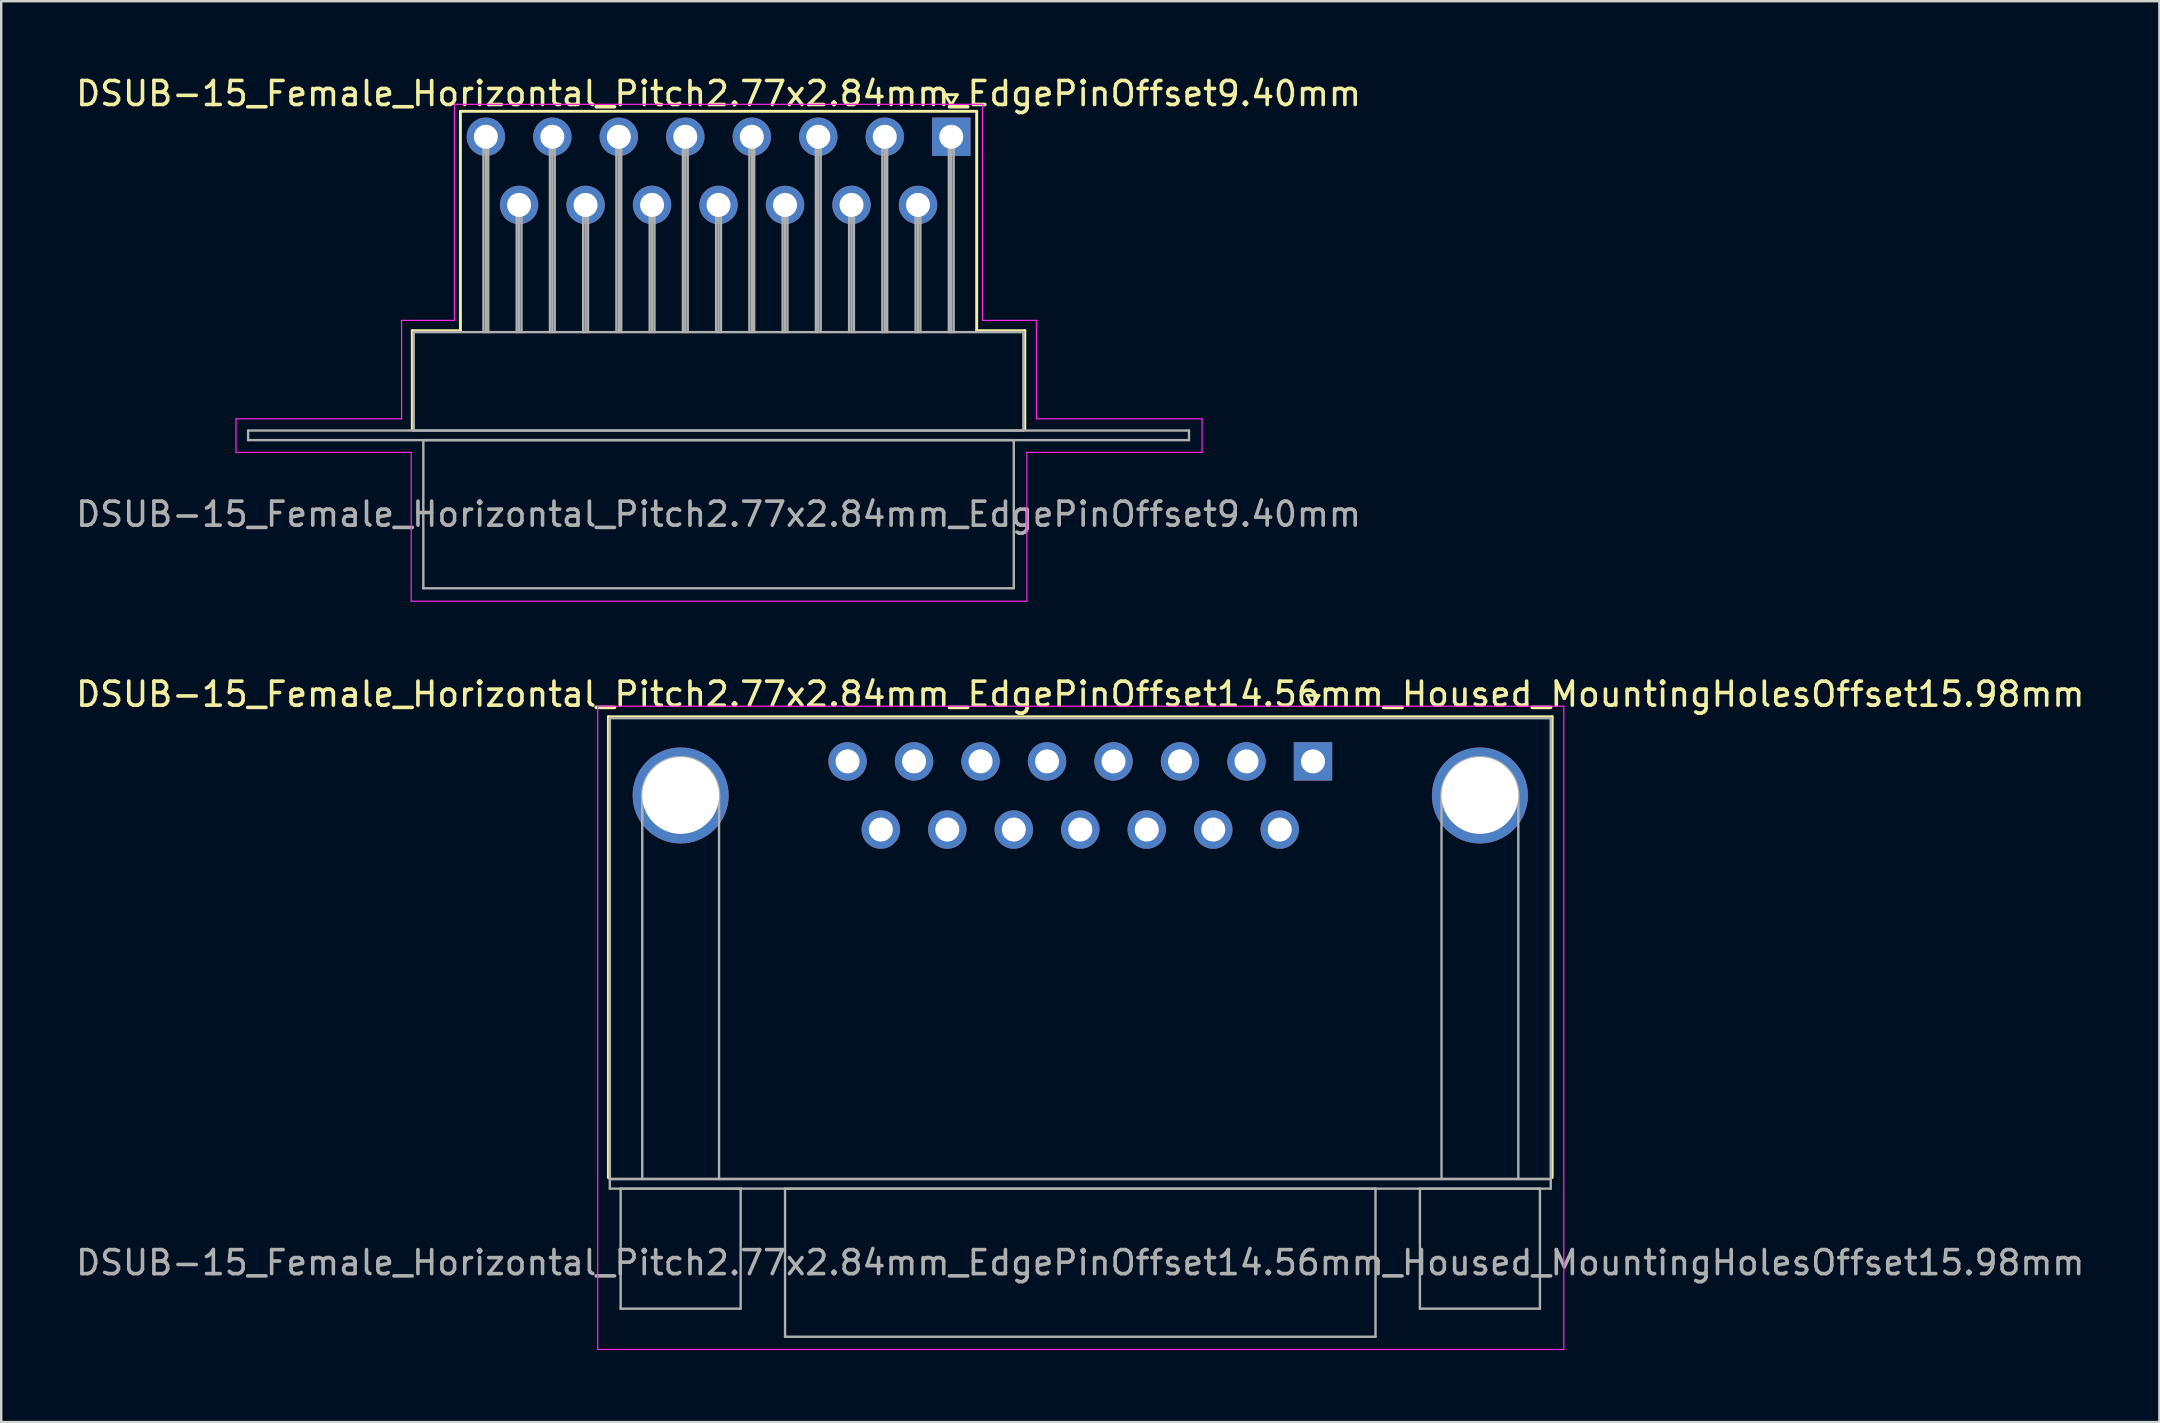
<source format=kicad_pcb>
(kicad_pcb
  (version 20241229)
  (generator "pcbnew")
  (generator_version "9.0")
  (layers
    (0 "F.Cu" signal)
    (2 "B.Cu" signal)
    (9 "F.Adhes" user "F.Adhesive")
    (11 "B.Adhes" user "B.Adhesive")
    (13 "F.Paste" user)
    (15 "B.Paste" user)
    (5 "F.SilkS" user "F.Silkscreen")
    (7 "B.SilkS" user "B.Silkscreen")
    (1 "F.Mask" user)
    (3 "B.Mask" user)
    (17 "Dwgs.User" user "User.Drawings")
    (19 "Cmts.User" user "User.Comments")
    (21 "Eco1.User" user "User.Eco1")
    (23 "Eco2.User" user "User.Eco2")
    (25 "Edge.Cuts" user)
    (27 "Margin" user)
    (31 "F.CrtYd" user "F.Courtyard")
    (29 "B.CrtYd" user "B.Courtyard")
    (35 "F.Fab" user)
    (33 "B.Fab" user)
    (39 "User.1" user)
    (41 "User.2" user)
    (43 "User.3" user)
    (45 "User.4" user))
  (footprint "DSUB-15_Female_Horizontal_Pitch2.77x2.84mm_EdgePinOffset9.40mm"
    (layer "F.Cu")
    (at 36.582 2.648)
    (property "Reference" "DSUB-15_Female_Horizontal_Pitch2.77x2.84mm_EdgePinOffset9.40mm" (at -9.695 -1.8 0) (layer "F.SilkS") (effects (font (size 1 1) (thickness 0.15))))
    (attr through_hole)
    (fp_line (start -22.455 8.08) (end -20.45 8.08) (stroke (width 0.12) (type solid)) (layer "F.SilkS"))
    (fp_line (start -22.455 12.18) (end -22.455 8.08) (stroke (width 0.12) (type solid)) (layer "F.SilkS"))
    (fp_line (start -20.45 -1.06) (end 1.06 -1.06) (stroke (width 0.12) (type solid)) (layer "F.SilkS"))
    (fp_line (start -20.45 8.08) (end -20.45 -1.06) (stroke (width 0.12) (type solid)) (layer "F.SilkS"))
    (fp_line (start -0.25 -1.754) (end 0.25 -1.754) (stroke (width 0.12) (type solid)) (layer "F.SilkS"))
    (fp_line (start 0 -1.321) (end -0.25 -1.754) (stroke (width 0.12) (type solid)) (layer "F.SilkS"))
    (fp_line (start 0.25 -1.754) (end 0 -1.321) (stroke (width 0.12) (type solid)) (layer "F.SilkS"))
    (fp_line (start 1.06 -1.06) (end 1.06 8.08) (stroke (width 0.12) (type solid)) (layer "F.SilkS"))
    (fp_line (start 1.06 8.08) (end 3.065 8.08) (stroke (width 0.12) (type solid)) (layer "F.SilkS"))
    (fp_line (start 3.065 8.08) (end 3.065 12.18) (stroke (width 0.12) (type solid)) (layer "F.SilkS"))
    (fp_line (start -29.8 11.75) (end -22.9 11.75) (stroke (width 0.05) (type solid)) (layer "F.CrtYd"))
    (fp_line (start -29.8 13.15) (end -29.8 11.75) (stroke (width 0.05) (type solid)) (layer "F.CrtYd"))
    (fp_line (start -22.9 7.65) (end -20.7 7.65) (stroke (width 0.05) (type solid)) (layer "F.CrtYd"))
    (fp_line (start -22.9 11.75) (end -22.9 7.65) (stroke (width 0.05) (type solid)) (layer "F.CrtYd"))
    (fp_line (start -22.5 13.15) (end -29.8 13.15) (stroke (width 0.05) (type solid)) (layer "F.CrtYd"))
    (fp_line (start -22.5 19.35) (end -22.5 13.15) (stroke (width 0.05) (type solid)) (layer "F.CrtYd"))
    (fp_line (start -20.7 -1.35) (end 1.3 -1.35) (stroke (width 0.05) (type solid)) (layer "F.CrtYd"))
    (fp_line (start -20.7 7.65) (end -20.7 -1.35) (stroke (width 0.05) (type solid)) (layer "F.CrtYd"))
    (fp_line (start 1.3 -1.35) (end 1.3 7.65) (stroke (width 0.05) (type solid)) (layer "F.CrtYd"))
    (fp_line (start 1.3 7.65) (end 3.55 7.65) (stroke (width 0.05) (type solid)) (layer "F.CrtYd"))
    (fp_line (start 3.15 13.15) (end 3.15 19.35) (stroke (width 0.05) (type solid)) (layer "F.CrtYd"))
    (fp_line (start 3.15 19.35) (end -22.5 19.35) (stroke (width 0.05) (type solid)) (layer "F.CrtYd"))
    (fp_line (start 3.55 7.65) (end 3.55 11.75) (stroke (width 0.05) (type solid)) (layer "F.CrtYd"))
    (fp_line (start 3.55 11.75) (end 10.45 11.75) (stroke (width 0.05) (type solid)) (layer "F.CrtYd"))
    (fp_line (start 10.45 11.75) (end 10.45 13.15) (stroke (width 0.05) (type solid)) (layer "F.CrtYd"))
    (fp_line (start 10.45 13.15) (end 3.15 13.15) (stroke (width 0.05) (type solid)) (layer "F.CrtYd"))
    (fp_line (start -29.295 12.24) (end -29.295 12.64) (stroke (width 0.1) (type solid)) (layer "F.Fab"))
    (fp_line (start -29.295 12.64) (end 9.905 12.64) (stroke (width 0.1) (type solid)) (layer "F.Fab"))
    (fp_line (start -22.395 8.14) (end -22.395 12.24) (stroke (width 0.1) (type solid)) (layer "F.Fab"))
    (fp_line (start -22.395 12.24) (end 3.005 12.24) (stroke (width 0.1) (type solid)) (layer "F.Fab"))
    (fp_line (start -21.995 12.64) (end -21.995 18.81) (stroke (width 0.1) (type solid)) (layer "F.Fab"))
    (fp_line (start -21.995 18.81) (end 2.605 18.81) (stroke (width 0.1) (type solid)) (layer "F.Fab"))
    (fp_line (start -19.49 0) (end -19.49 8.14) (stroke (width 0.1) (type solid)) (layer "F.Fab"))
    (fp_line (start -19.39 0) (end -19.39 8.14) (stroke (width 0.1) (type solid)) (layer "F.Fab"))
    (fp_line (start -19.29 0) (end -19.29 8.14) (stroke (width 0.1) (type solid)) (layer "F.Fab"))
    (fp_line (start -18.105 2.84) (end -18.105 8.14) (stroke (width 0.1) (type solid)) (layer "F.Fab"))
    (fp_line (start -18.005 2.84) (end -18.005 8.14) (stroke (width 0.1) (type solid)) (layer "F.Fab"))
    (fp_line (start -17.905 2.84) (end -17.905 8.14) (stroke (width 0.1) (type solid)) (layer "F.Fab"))
    (fp_line (start -16.72 0) (end -16.72 8.14) (stroke (width 0.1) (type solid)) (layer "F.Fab"))
    (fp_line (start -16.62 0) (end -16.62 8.14) (stroke (width 0.1) (type solid)) (layer "F.Fab"))
    (fp_line (start -16.52 0) (end -16.52 8.14) (stroke (width 0.1) (type solid)) (layer "F.Fab"))
    (fp_line (start -15.335 2.84) (end -15.335 8.14) (stroke (width 0.1) (type solid)) (layer "F.Fab"))
    (fp_line (start -15.235 2.84) (end -15.235 8.14) (stroke (width 0.1) (type solid)) (layer "F.Fab"))
    (fp_line (start -15.135 2.84) (end -15.135 8.14) (stroke (width 0.1) (type solid)) (layer "F.Fab"))
    (fp_line (start -13.95 0) (end -13.95 8.14) (stroke (width 0.1) (type solid)) (layer "F.Fab"))
    (fp_line (start -13.85 0) (end -13.85 8.14) (stroke (width 0.1) (type solid)) (layer "F.Fab"))
    (fp_line (start -13.75 0) (end -13.75 8.14) (stroke (width 0.1) (type solid)) (layer "F.Fab"))
    (fp_line (start -12.565 2.84) (end -12.565 8.14) (stroke (width 0.1) (type solid)) (layer "F.Fab"))
    (fp_line (start -12.465 2.84) (end -12.465 8.14) (stroke (width 0.1) (type solid)) (layer "F.Fab"))
    (fp_line (start -12.365 2.84) (end -12.365 8.14) (stroke (width 0.1) (type solid)) (layer "F.Fab"))
    (fp_line (start -11.18 0) (end -11.18 8.14) (stroke (width 0.1) (type solid)) (layer "F.Fab"))
    (fp_line (start -11.08 0) (end -11.08 8.14) (stroke (width 0.1) (type solid)) (layer "F.Fab"))
    (fp_line (start -10.98 0) (end -10.98 8.14) (stroke (width 0.1) (type solid)) (layer "F.Fab"))
    (fp_line (start -9.795 2.84) (end -9.795 8.14) (stroke (width 0.1) (type solid)) (layer "F.Fab"))
    (fp_line (start -9.695 2.84) (end -9.695 8.14) (stroke (width 0.1) (type solid)) (layer "F.Fab"))
    (fp_line (start -9.595 2.84) (end -9.595 8.14) (stroke (width 0.1) (type solid)) (layer "F.Fab"))
    (fp_line (start -8.41 0) (end -8.41 8.14) (stroke (width 0.1) (type solid)) (layer "F.Fab"))
    (fp_line (start -8.31 0) (end -8.31 8.14) (stroke (width 0.1) (type solid)) (layer "F.Fab"))
    (fp_line (start -8.21 0) (end -8.21 8.14) (stroke (width 0.1) (type solid)) (layer "F.Fab"))
    (fp_line (start -7.025 2.84) (end -7.025 8.14) (stroke (width 0.1) (type solid)) (layer "F.Fab"))
    (fp_line (start -6.925 2.84) (end -6.925 8.14) (stroke (width 0.1) (type solid)) (layer "F.Fab"))
    (fp_line (start -6.825 2.84) (end -6.825 8.14) (stroke (width 0.1) (type solid)) (layer "F.Fab"))
    (fp_line (start -5.64 0) (end -5.64 8.14) (stroke (width 0.1) (type solid)) (layer "F.Fab"))
    (fp_line (start -5.54 0) (end -5.54 8.14) (stroke (width 0.1) (type solid)) (layer "F.Fab"))
    (fp_line (start -5.44 0) (end -5.44 8.14) (stroke (width 0.1) (type solid)) (layer "F.Fab"))
    (fp_line (start -4.255 2.84) (end -4.255 8.14) (stroke (width 0.1) (type solid)) (layer "F.Fab"))
    (fp_line (start -4.155 2.84) (end -4.155 8.14) (stroke (width 0.1) (type solid)) (layer "F.Fab"))
    (fp_line (start -4.055 2.84) (end -4.055 8.14) (stroke (width 0.1) (type solid)) (layer "F.Fab"))
    (fp_line (start -2.87 0) (end -2.87 8.14) (stroke (width 0.1) (type solid)) (layer "F.Fab"))
    (fp_line (start -2.77 0) (end -2.77 8.14) (stroke (width 0.1) (type solid)) (layer "F.Fab"))
    (fp_line (start -2.67 0) (end -2.67 8.14) (stroke (width 0.1) (type solid)) (layer "F.Fab"))
    (fp_line (start -1.485 2.84) (end -1.485 8.14) (stroke (width 0.1) (type solid)) (layer "F.Fab"))
    (fp_line (start -1.385 2.84) (end -1.385 8.14) (stroke (width 0.1) (type solid)) (layer "F.Fab"))
    (fp_line (start -1.285 2.84) (end -1.285 8.14) (stroke (width 0.1) (type solid)) (layer "F.Fab"))
    (fp_line (start -0.1 0) (end -0.1 8.14) (stroke (width 0.1) (type solid)) (layer "F.Fab"))
    (fp_line (start 0 0) (end 0 8.14) (stroke (width 0.1) (type solid)) (layer "F.Fab"))
    (fp_line (start 0.1 0) (end 0.1 8.14) (stroke (width 0.1) (type solid)) (layer "F.Fab"))
    (fp_line (start 2.605 12.64) (end -21.995 12.64) (stroke (width 0.1) (type solid)) (layer "F.Fab"))
    (fp_line (start 2.605 18.81) (end 2.605 12.64) (stroke (width 0.1) (type solid)) (layer "F.Fab"))
    (fp_line (start 3.005 8.14) (end -22.395 8.14) (stroke (width 0.1) (type solid)) (layer "F.Fab"))
    (fp_line (start 3.005 12.24) (end 3.005 8.14) (stroke (width 0.1) (type solid)) (layer "F.Fab"))
    (fp_line (start 9.905 12.24) (end -29.295 12.24) (stroke (width 0.1) (type solid)) (layer "F.Fab"))
    (fp_line (start 9.905 12.64) (end 9.905 12.24) (stroke (width 0.1) (type solid)) (layer "F.Fab"))
    (fp_text user "${REFERENCE}" (at -9.695 15.725 0) (layer "F.Fab") (effects (font (size 1 1) (thickness 0.15))))
    (pad "1" thru_hole rect (at 0 0) (size 1.6 1.6) (drill 1) (layers "*.Cu" "*.Mask"))
    (pad "2" thru_hole circle (at -2.77 0) (size 1.6 1.6) (drill 1) (layers "*.Cu" "*.Mask"))
    (pad "3" thru_hole circle (at -5.54 0) (size 1.6 1.6) (drill 1) (layers "*.Cu" "*.Mask"))
    (pad "4" thru_hole circle (at -8.31 0) (size 1.6 1.6) (drill 1) (layers "*.Cu" "*.Mask"))
    (pad "5" thru_hole circle (at -11.08 0) (size 1.6 1.6) (drill 1) (layers "*.Cu" "*.Mask"))
    (pad "6" thru_hole circle (at -13.85 0) (size 1.6 1.6) (drill 1) (layers "*.Cu" "*.Mask"))
    (pad "7" thru_hole circle (at -16.62 0) (size 1.6 1.6) (drill 1) (layers "*.Cu" "*.Mask"))
    (pad "8" thru_hole circle (at -19.39 0) (size 1.6 1.6) (drill 1) (layers "*.Cu" "*.Mask"))
    (pad "9" thru_hole circle (at -1.385 2.84) (size 1.6 1.6) (drill 1) (layers "*.Cu" "*.Mask"))
    (pad "10" thru_hole circle (at -4.155 2.84) (size 1.6 1.6) (drill 1) (layers "*.Cu" "*.Mask"))
    (pad "11" thru_hole circle (at -6.925 2.84) (size 1.6 1.6) (drill 1) (layers "*.Cu" "*.Mask"))
    (pad "12" thru_hole circle (at -9.695 2.84) (size 1.6 1.6) (drill 1) (layers "*.Cu" "*.Mask"))
    (pad "13" thru_hole circle (at -12.465 2.84) (size 1.6 1.6) (drill 1) (layers "*.Cu" "*.Mask"))
    (pad "14" thru_hole circle (at -15.235 2.84) (size 1.6 1.6) (drill 1) (layers "*.Cu" "*.Mask"))
    (pad "15" thru_hole circle (at -18.005 2.84) (size 1.6 1.6) (drill 1) (layers "*.Cu" "*.Mask")))
  (footprint "DSUB-15_Female_Horizontal_Pitch2.77x2.84mm_EdgePinOffset14.56mm_Housed_MountingHolesOffset15.98mm"
    (layer "F.Cu")
    (at 51.653 28.672)
    (property "Reference" "DSUB-15_Female_Horizontal_Pitch2.77x2.84mm_EdgePinOffset14.56mm_Housed_MountingHolesOffset15.98mm" (at -9.695 -2.8 0) (layer "F.SilkS") (effects (font (size 1 1) (thickness 0.15))))
    (attr through_hole)
    (fp_line (start -29.355 -1.86) (end 9.965 -1.86) (stroke (width 0.12) (type solid)) (layer "F.SilkS"))
    (fp_line (start -29.355 17.34) (end -29.355 -1.86) (stroke (width 0.12) (type solid)) (layer "F.SilkS"))
    (fp_line (start -0.25 -2.754) (end 0.25 -2.754) (stroke (width 0.12) (type solid)) (layer "F.SilkS"))
    (fp_line (start 0 -2.321) (end -0.25 -2.754) (stroke (width 0.12) (type solid)) (layer "F.SilkS"))
    (fp_line (start 0.25 -2.754) (end 0 -2.321) (stroke (width 0.12) (type solid)) (layer "F.SilkS"))
    (fp_line (start 9.965 -1.86) (end 9.965 17.34) (stroke (width 0.12) (type solid)) (layer "F.SilkS"))
    (fp_line (start -29.8 -2.3) (end -29.8 24.5) (stroke (width 0.05) (type solid)) (layer "F.CrtYd"))
    (fp_line (start -29.8 24.5) (end 10.45 24.5) (stroke (width 0.05) (type solid)) (layer "F.CrtYd"))
    (fp_line (start 10.45 -2.3) (end -29.8 -2.3) (stroke (width 0.05) (type solid)) (layer "F.CrtYd"))
    (fp_line (start 10.45 24.5) (end 10.45 -2.3) (stroke (width 0.05) (type solid)) (layer "F.CrtYd"))
    (fp_line (start -29.295 -1.8) (end -29.295 17.4) (stroke (width 0.1) (type solid)) (layer "F.Fab"))
    (fp_line (start -29.295 17.4) (end -29.295 17.8) (stroke (width 0.1) (type solid)) (layer "F.Fab"))
    (fp_line (start -29.295 17.4) (end 9.905 17.4) (stroke (width 0.1) (type solid)) (layer "F.Fab"))
    (fp_line (start -29.295 17.8) (end 9.905 17.8) (stroke (width 0.1) (type solid)) (layer "F.Fab"))
    (fp_line (start -28.845 17.8) (end -28.845 22.8) (stroke (width 0.1) (type solid)) (layer "F.Fab"))
    (fp_line (start -28.845 22.8) (end -23.845 22.8) (stroke (width 0.1) (type solid)) (layer "F.Fab"))
    (fp_line (start -27.945 17.4) (end -27.945 1.42) (stroke (width 0.1) (type solid)) (layer "F.Fab"))
    (fp_line (start -24.745 17.4) (end -24.745 1.42) (stroke (width 0.1) (type solid)) (layer "F.Fab"))
    (fp_line (start -23.845 17.8) (end -28.845 17.8) (stroke (width 0.1) (type solid)) (layer "F.Fab"))
    (fp_line (start -23.845 22.8) (end -23.845 17.8) (stroke (width 0.1) (type solid)) (layer "F.Fab"))
    (fp_line (start -21.995 17.8) (end -21.995 23.97) (stroke (width 0.1) (type solid)) (layer "F.Fab"))
    (fp_line (start -21.995 23.97) (end 2.605 23.97) (stroke (width 0.1) (type solid)) (layer "F.Fab"))
    (fp_line (start 2.605 17.8) (end -21.995 17.8) (stroke (width 0.1) (type solid)) (layer "F.Fab"))
    (fp_line (start 2.605 23.97) (end 2.605 17.8) (stroke (width 0.1) (type solid)) (layer "F.Fab"))
    (fp_line (start 4.455 17.8) (end 4.455 22.8) (stroke (width 0.1) (type solid)) (layer "F.Fab"))
    (fp_line (start 4.455 22.8) (end 9.455 22.8) (stroke (width 0.1) (type solid)) (layer "F.Fab"))
    (fp_line (start 5.355 17.4) (end 5.355 1.42) (stroke (width 0.1) (type solid)) (layer "F.Fab"))
    (fp_line (start 8.555 17.4) (end 8.555 1.42) (stroke (width 0.1) (type solid)) (layer "F.Fab"))
    (fp_line (start 9.455 17.8) (end 4.455 17.8) (stroke (width 0.1) (type solid)) (layer "F.Fab"))
    (fp_line (start 9.455 22.8) (end 9.455 17.8) (stroke (width 0.1) (type solid)) (layer "F.Fab"))
    (fp_line (start 9.905 -1.8) (end -29.295 -1.8) (stroke (width 0.1) (type solid)) (layer "F.Fab"))
    (fp_line (start 9.905 17.4) (end -29.295 17.4) (stroke (width 0.1) (type solid)) (layer "F.Fab"))
    (fp_line (start 9.905 17.4) (end 9.905 -1.8) (stroke (width 0.1) (type solid)) (layer "F.Fab"))
    (fp_line (start 9.905 17.8) (end 9.905 17.4) (stroke (width 0.1) (type solid)) (layer "F.Fab"))
    (fp_arc (start -27.945 1.42) (mid -26.345 -0.18) (end -24.745 1.42) (stroke (width 0.1) (type solid)) (layer "F.Fab"))
    (fp_arc (start 5.355 1.42) (mid 6.955 -0.18) (end 8.555 1.42) (stroke (width 0.1) (type solid)) (layer "F.Fab"))
    (fp_text user "${REFERENCE}" (at -9.695 20.885 0) (layer "F.Fab") (effects (font (size 1 1) (thickness 0.15))))
    (pad "0" thru_hole circle (at -26.345 1.42) (size 4 4) (drill 3.2) (layers "*.Cu" "*.Mask"))
    (pad "0" thru_hole circle (at 6.955 1.42) (size 4 4) (drill 3.2) (layers "*.Cu" "*.Mask"))
    (pad "1" thru_hole rect (at 0 0) (size 1.6 1.6) (drill 1) (layers "*.Cu" "*.Mask"))
    (pad "2" thru_hole circle (at -2.77 0) (size 1.6 1.6) (drill 1) (layers "*.Cu" "*.Mask"))
    (pad "3" thru_hole circle (at -5.54 0) (size 1.6 1.6) (drill 1) (layers "*.Cu" "*.Mask"))
    (pad "4" thru_hole circle (at -8.31 0) (size 1.6 1.6) (drill 1) (layers "*.Cu" "*.Mask"))
    (pad "5" thru_hole circle (at -11.08 0) (size 1.6 1.6) (drill 1) (layers "*.Cu" "*.Mask"))
    (pad "6" thru_hole circle (at -13.85 0) (size 1.6 1.6) (drill 1) (layers "*.Cu" "*.Mask"))
    (pad "7" thru_hole circle (at -16.62 0) (size 1.6 1.6) (drill 1) (layers "*.Cu" "*.Mask"))
    (pad "8" thru_hole circle (at -19.39 0) (size 1.6 1.6) (drill 1) (layers "*.Cu" "*.Mask"))
    (pad "9" thru_hole circle (at -1.385 2.84) (size 1.6 1.6) (drill 1) (layers "*.Cu" "*.Mask"))
    (pad "10" thru_hole circle (at -4.155 2.84) (size 1.6 1.6) (drill 1) (layers "*.Cu" "*.Mask"))
    (pad "11" thru_hole circle (at -6.925 2.84) (size 1.6 1.6) (drill 1) (layers "*.Cu" "*.Mask"))
    (pad "12" thru_hole circle (at -9.695 2.84) (size 1.6 1.6) (drill 1) (layers "*.Cu" "*.Mask"))
    (pad "13" thru_hole circle (at -12.465 2.84) (size 1.6 1.6) (drill 1) (layers "*.Cu" "*.Mask"))
    (pad "14" thru_hole circle (at -15.235 2.84) (size 1.6 1.6) (drill 1) (layers "*.Cu" "*.Mask"))
    (pad "15" thru_hole circle (at -18.005 2.84) (size 1.6 1.6) (drill 1) (layers "*.Cu" "*.Mask")))
  (gr_rect
    (start -3 -3)
    (end 86.917 56.197)
    (stroke (width 0.1) (type default))
    (fill no)
    (layer "Edge.Cuts")))
</source>
